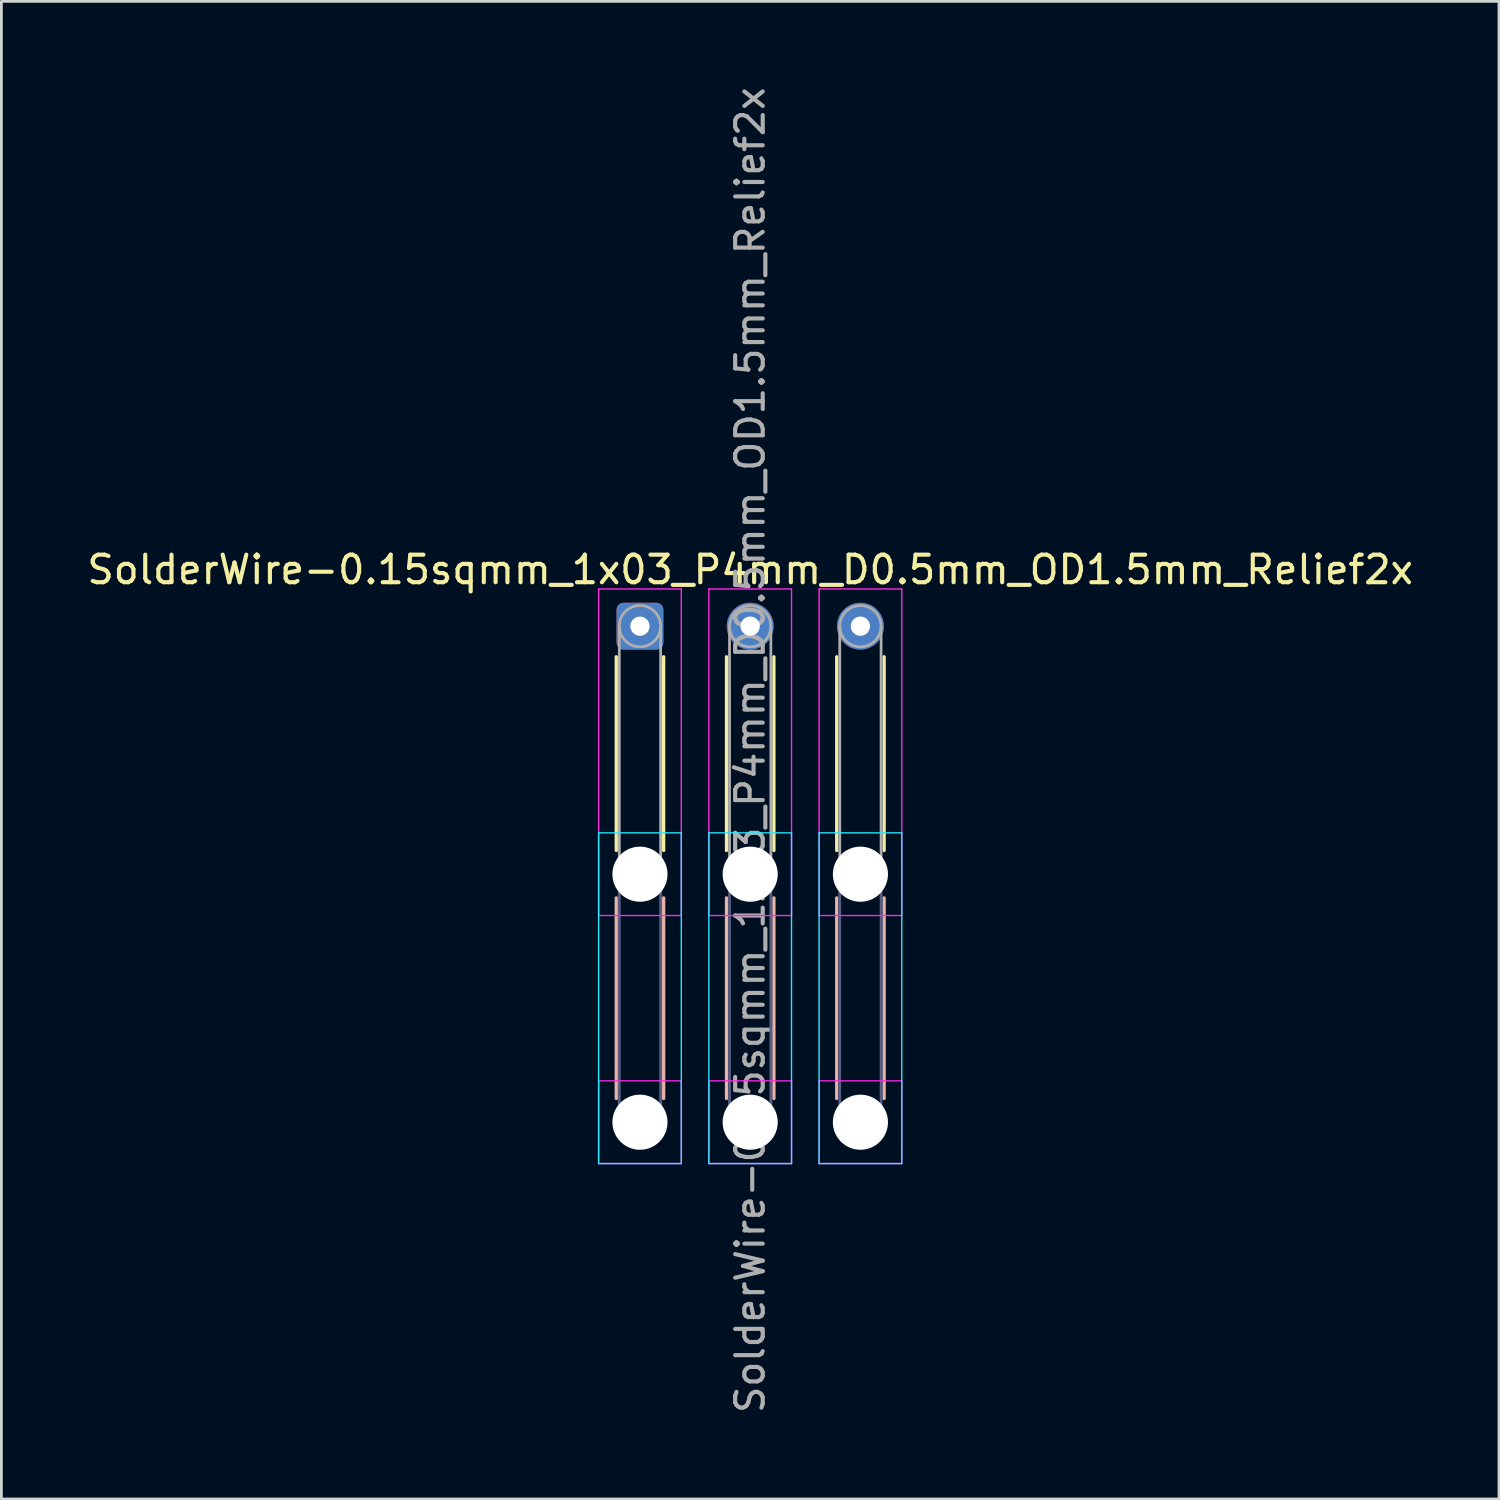
<source format=kicad_pcb>
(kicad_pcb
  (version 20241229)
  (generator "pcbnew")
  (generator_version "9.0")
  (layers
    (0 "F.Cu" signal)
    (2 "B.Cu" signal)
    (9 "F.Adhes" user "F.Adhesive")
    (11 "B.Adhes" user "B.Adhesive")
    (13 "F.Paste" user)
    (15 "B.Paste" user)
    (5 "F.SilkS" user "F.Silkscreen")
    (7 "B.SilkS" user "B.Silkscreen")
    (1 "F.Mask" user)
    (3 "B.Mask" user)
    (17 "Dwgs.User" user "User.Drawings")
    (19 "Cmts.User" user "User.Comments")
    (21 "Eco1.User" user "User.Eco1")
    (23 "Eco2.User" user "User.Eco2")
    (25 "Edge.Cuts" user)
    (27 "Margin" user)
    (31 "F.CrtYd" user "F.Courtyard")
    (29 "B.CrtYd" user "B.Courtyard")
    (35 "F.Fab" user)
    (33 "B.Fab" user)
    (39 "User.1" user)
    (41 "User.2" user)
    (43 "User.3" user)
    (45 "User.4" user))
  (footprint "SolderWire-0.15sqmm_1x03_P4mm_D0.5mm_OD1.5mm_Relief2x"
    (layer "F.Cu")
    (at 20.173 19.673)
    (property "Reference" "SolderWire-0.15sqmm_1x03_P4mm_D0.5mm_OD1.5mm_Relief2x" (at 4 -2.05 0) (layer "F.SilkS") (effects (font (size 1 1) (thickness 0.15))))
    (attr exclude_from_pos_files exclude_from_bom)
    (fp_line (start -0.86 1.11) (end -0.86 8.14) (stroke (width 0.12) (type solid)) (layer "F.SilkS"))
    (fp_line (start 0.86 1.11) (end 0.86 8.14) (stroke (width 0.12) (type solid)) (layer "F.SilkS"))
    (fp_line (start 3.14 1.11) (end 3.14 8.14) (stroke (width 0.12) (type solid)) (layer "F.SilkS"))
    (fp_line (start 4.86 1.11) (end 4.86 8.14) (stroke (width 0.12) (type solid)) (layer "F.SilkS"))
    (fp_line (start 7.14 1.11) (end 7.14 8.14) (stroke (width 0.12) (type solid)) (layer "F.SilkS"))
    (fp_line (start 8.86 1.11) (end 8.86 8.14) (stroke (width 0.12) (type solid)) (layer "F.SilkS"))
    (fp_line (start -0.86 9.86) (end -0.86 17.14) (stroke (width 0.12) (type solid)) (layer "B.SilkS"))
    (fp_line (start 0.86 9.86) (end 0.86 17.14) (stroke (width 0.12) (type solid)) (layer "B.SilkS"))
    (fp_line (start 3.14 9.86) (end 3.14 17.14) (stroke (width 0.12) (type solid)) (layer "B.SilkS"))
    (fp_line (start 4.86 9.86) (end 4.86 17.14) (stroke (width 0.12) (type solid)) (layer "B.SilkS"))
    (fp_line (start 7.14 9.86) (end 7.14 17.14) (stroke (width 0.12) (type solid)) (layer "B.SilkS"))
    (fp_line (start 8.86 9.86) (end 8.86 17.14) (stroke (width 0.12) (type solid)) (layer "B.SilkS"))
    (fp_line (start -1.5 7.5) (end -1.5 19.5) (stroke (width 0.05) (type solid)) (layer "B.CrtYd"))
    (fp_line (start -1.5 19.5) (end 1.5 19.5) (stroke (width 0.05) (type solid)) (layer "B.CrtYd"))
    (fp_line (start 1.5 7.5) (end -1.5 7.5) (stroke (width 0.05) (type solid)) (layer "B.CrtYd"))
    (fp_line (start 1.5 19.5) (end 1.5 7.5) (stroke (width 0.05) (type solid)) (layer "B.CrtYd"))
    (fp_line (start 2.5 7.5) (end 2.5 19.5) (stroke (width 0.05) (type solid)) (layer "B.CrtYd"))
    (fp_line (start 2.5 19.5) (end 5.5 19.5) (stroke (width 0.05) (type solid)) (layer "B.CrtYd"))
    (fp_line (start 5.5 7.5) (end 2.5 7.5) (stroke (width 0.05) (type solid)) (layer "B.CrtYd"))
    (fp_line (start 5.5 19.5) (end 5.5 7.5) (stroke (width 0.05) (type solid)) (layer "B.CrtYd"))
    (fp_line (start 6.5 7.5) (end 6.5 19.5) (stroke (width 0.05) (type solid)) (layer "B.CrtYd"))
    (fp_line (start 6.5 19.5) (end 9.5 19.5) (stroke (width 0.05) (type solid)) (layer "B.CrtYd"))
    (fp_line (start 9.5 7.5) (end 6.5 7.5) (stroke (width 0.05) (type solid)) (layer "B.CrtYd"))
    (fp_line (start 9.5 19.5) (end 9.5 7.5) (stroke (width 0.05) (type solid)) (layer "B.CrtYd"))
    (fp_line (start -1.5 -1.35) (end -1.5 10.5) (stroke (width 0.05) (type solid)) (layer "F.CrtYd"))
    (fp_line (start -1.5 10.5) (end 1.5 10.5) (stroke (width 0.05) (type solid)) (layer "F.CrtYd"))
    (fp_line (start -1.5 16.5) (end -1.5 19.5) (stroke (width 0.05) (type solid)) (layer "F.CrtYd"))
    (fp_line (start -1.5 19.5) (end 1.5 19.5) (stroke (width 0.05) (type solid)) (layer "F.CrtYd"))
    (fp_line (start 1.5 -1.35) (end -1.5 -1.35) (stroke (width 0.05) (type solid)) (layer "F.CrtYd"))
    (fp_line (start 1.5 10.5) (end 1.5 -1.35) (stroke (width 0.05) (type solid)) (layer "F.CrtYd"))
    (fp_line (start 1.5 16.5) (end -1.5 16.5) (stroke (width 0.05) (type solid)) (layer "F.CrtYd"))
    (fp_line (start 1.5 19.5) (end 1.5 16.5) (stroke (width 0.05) (type solid)) (layer "F.CrtYd"))
    (fp_line (start 2.5 -1.35) (end 2.5 10.5) (stroke (width 0.05) (type solid)) (layer "F.CrtYd"))
    (fp_line (start 2.5 10.5) (end 5.5 10.5) (stroke (width 0.05) (type solid)) (layer "F.CrtYd"))
    (fp_line (start 2.5 16.5) (end 2.5 19.5) (stroke (width 0.05) (type solid)) (layer "F.CrtYd"))
    (fp_line (start 2.5 19.5) (end 5.5 19.5) (stroke (width 0.05) (type solid)) (layer "F.CrtYd"))
    (fp_line (start 5.5 -1.35) (end 2.5 -1.35) (stroke (width 0.05) (type solid)) (layer "F.CrtYd"))
    (fp_line (start 5.5 10.5) (end 5.5 -1.35) (stroke (width 0.05) (type solid)) (layer "F.CrtYd"))
    (fp_line (start 5.5 16.5) (end 2.5 16.5) (stroke (width 0.05) (type solid)) (layer "F.CrtYd"))
    (fp_line (start 5.5 19.5) (end 5.5 16.5) (stroke (width 0.05) (type solid)) (layer "F.CrtYd"))
    (fp_line (start 6.5 -1.35) (end 6.5 10.5) (stroke (width 0.05) (type solid)) (layer "F.CrtYd"))
    (fp_line (start 6.5 10.5) (end 9.5 10.5) (stroke (width 0.05) (type solid)) (layer "F.CrtYd"))
    (fp_line (start 6.5 16.5) (end 6.5 19.5) (stroke (width 0.05) (type solid)) (layer "F.CrtYd"))
    (fp_line (start 6.5 19.5) (end 9.5 19.5) (stroke (width 0.05) (type solid)) (layer "F.CrtYd"))
    (fp_line (start 9.5 -1.35) (end 6.5 -1.35) (stroke (width 0.05) (type solid)) (layer "F.CrtYd"))
    (fp_line (start 9.5 10.5) (end 9.5 -1.35) (stroke (width 0.05) (type solid)) (layer "F.CrtYd"))
    (fp_line (start 9.5 16.5) (end 6.5 16.5) (stroke (width 0.05) (type solid)) (layer "F.CrtYd"))
    (fp_line (start 9.5 19.5) (end 9.5 16.5) (stroke (width 0.05) (type solid)) (layer "F.CrtYd"))
    (fp_line (start -0.75 9) (end -0.75 18) (stroke (width 0.1) (type solid)) (layer "B.Fab"))
    (fp_line (start 0.75 9) (end 0.75 18) (stroke (width 0.1) (type solid)) (layer "B.Fab"))
    (fp_line (start 3.25 9) (end 3.25 18) (stroke (width 0.1) (type solid)) (layer "B.Fab"))
    (fp_line (start 4.75 9) (end 4.75 18) (stroke (width 0.1) (type solid)) (layer "B.Fab"))
    (fp_line (start 7.25 9) (end 7.25 18) (stroke (width 0.1) (type solid)) (layer "B.Fab"))
    (fp_line (start 8.75 9) (end 8.75 18) (stroke (width 0.1) (type solid)) (layer "B.Fab"))
    (fp_circle (center 0 9) (end 0.75 9) (stroke (width 0.1) (type solid)) (fill no) (layer "B.Fab"))
    (fp_circle (center 0 18) (end 0.75 18) (stroke (width 0.1) (type solid)) (fill no) (layer "B.Fab"))
    (fp_circle (center 4 9) (end 4.75 9) (stroke (width 0.1) (type solid)) (fill no) (layer "B.Fab"))
    (fp_circle (center 4 18) (end 4.75 18) (stroke (width 0.1) (type solid)) (fill no) (layer "B.Fab"))
    (fp_circle (center 8 9) (end 8.75 9) (stroke (width 0.1) (type solid)) (fill no) (layer "B.Fab"))
    (fp_circle (center 8 18) (end 8.75 18) (stroke (width 0.1) (type solid)) (fill no) (layer "B.Fab"))
    (fp_line (start -0.75 0) (end -0.75 9) (stroke (width 0.1) (type solid)) (layer "F.Fab"))
    (fp_line (start 0.75 0) (end 0.75 9) (stroke (width 0.1) (type solid)) (layer "F.Fab"))
    (fp_line (start 3.25 0) (end 3.25 9) (stroke (width 0.1) (type solid)) (layer "F.Fab"))
    (fp_line (start 4.75 0) (end 4.75 9) (stroke (width 0.1) (type solid)) (layer "F.Fab"))
    (fp_line (start 7.25 0) (end 7.25 9) (stroke (width 0.1) (type solid)) (layer "F.Fab"))
    (fp_line (start 8.75 0) (end 8.75 9) (stroke (width 0.1) (type solid)) (layer "F.Fab"))
    (fp_circle (center 0 0) (end 0.75 0) (stroke (width 0.1) (type solid)) (fill no) (layer "F.Fab"))
    (fp_circle (center 0 9) (end 0.75 9) (stroke (width 0.1) (type solid)) (fill no) (layer "F.Fab"))
    (fp_circle (center 0 18) (end 0.75 18) (stroke (width 0.1) (type solid)) (fill no) (layer "F.Fab"))
    (fp_circle (center 4 0) (end 4.75 0) (stroke (width 0.1) (type solid)) (fill no) (layer "F.Fab"))
    (fp_circle (center 4 9) (end 4.75 9) (stroke (width 0.1) (type solid)) (fill no) (layer "F.Fab"))
    (fp_circle (center 4 18) (end 4.75 18) (stroke (width 0.1) (type solid)) (fill no) (layer "F.Fab"))
    (fp_circle (center 8 0) (end 8.75 0) (stroke (width 0.1) (type solid)) (fill no) (layer "F.Fab"))
    (fp_circle (center 8 9) (end 8.75 9) (stroke (width 0.1) (type solid)) (fill no) (layer "F.Fab"))
    (fp_circle (center 8 18) (end 8.75 18) (stroke (width 0.1) (type solid)) (fill no) (layer "F.Fab"))
    (fp_text user "${REFERENCE}" (at 4 4.5 90) (layer "F.Fab") (effects (font (size 1 1) (thickness 0.15))))
    (pad "" np_thru_hole circle (at 0 9) (size 2 2) (drill 2) (layers "*.Cu" "*.Mask"))
    (pad "" np_thru_hole circle (at 0 18) (size 2 2) (drill 2) (layers "*.Cu" "*.Mask"))
    (pad "" np_thru_hole circle (at 4 9) (size 2 2) (drill 2) (layers "*.Cu" "*.Mask"))
    (pad "" np_thru_hole circle (at 4 18) (size 2 2) (drill 2) (layers "*.Cu" "*.Mask"))
    (pad "" np_thru_hole circle (at 8 9) (size 2 2) (drill 2) (layers "*.Cu" "*.Mask"))
    (pad "" np_thru_hole circle (at 8 18) (size 2 2) (drill 2) (layers "*.Cu" "*.Mask"))
    (pad "1" thru_hole roundrect (at 0 0) (size 1.7 1.7) (drill 0.7) (layers "*.Cu" "*.Mask") (roundrect_rratio 0.147))
    (pad "2" thru_hole circle (at 4 0) (size 1.7 1.7) (drill 0.7) (layers "*.Cu" "*.Mask"))
    (pad "3" thru_hole circle (at 8 0) (size 1.7 1.7) (drill 0.7) (layers "*.Cu" "*.Mask")))
  (gr_rect
    (start -3 -3)
    (end 51.345 51.345)
    (stroke (width 0.1) (type default))
    (fill no)
    (layer "Edge.Cuts")))
</source>
